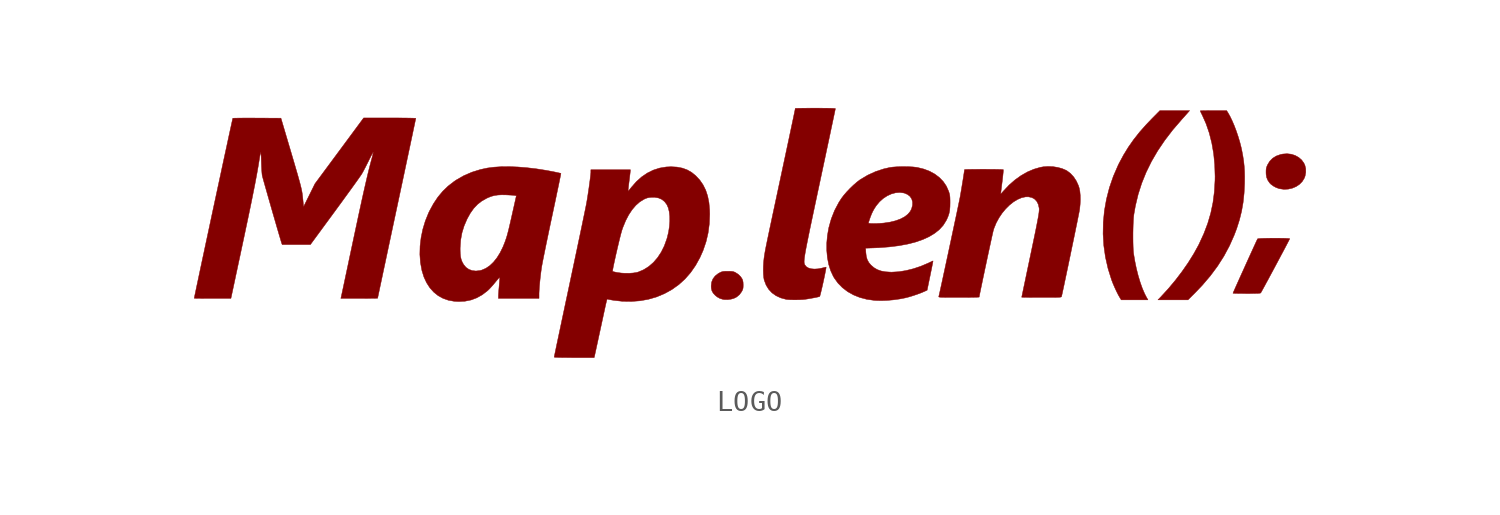
<source format=kicad_sym>
(kicad_symbol_lib
  (version 20210619)
  (generator bitmap2component)
  (symbol "LOGO"
    (pin_names
      (offset 1.016))
    (property "Reference" "#G"
      (at 0 5.368 0)
      (effects (font (size 1.27 1.27)) hide))
    (symbol "LOGO_0_0"
      (polyline (pts (xy -7.478 -5.95) (xy -7.473 -5.929) (xy -7.459 -5.865) (xy -7.437 -5.763) (xy -7.407 -5.626) (xy -7.371 -5.459) (xy -7.329 -5.267) (xy -7.283 -5.053) (xy -7.233 -4.822) (xy -7.18 -4.579) (xy -7.121 -4.306) (xy -7.067 -4.057) (xy -7.022 -3.847) (xy -6.984 -3.674) (xy -6.954 -3.533) (xy -6.929 -3.422) (xy -6.909 -3.337) (xy -6.894 -3.274) (xy -6.883 -3.231) (xy -6.874 -3.204) (xy -6.868 -3.189) (xy -6.863 -3.184) (xy -6.858 -3.185) (xy -6.853 -3.188) (xy -6.843 -3.191) (xy -6.794 -3.203) (xy -6.716 -3.219) (xy -6.62 -3.236) (xy -6.544 -3.248) (xy -6.122 -3.295) (xy -5.701 -3.301) (xy -5.289 -3.27) (xy -4.891 -3.2) (xy -4.516 -3.093) (xy -4.494 -3.086) (xy -4.107 -2.925) (xy -3.749 -2.727) (xy -3.419 -2.492) (xy -3.119 -2.22) (xy -2.849 -1.912) (xy -2.61 -1.568) (xy -2.4 -1.189) (xy -2.246 -0.84) (xy -2.106 -0.428) (xy -2.007 -0.005) (xy -1.949 0.435) (xy -1.93 0.897) (xy -1.935 1.102) (xy -1.966 1.452) (xy -2.028 1.768) (xy -2.122 2.054) (xy -2.249 2.311) (xy -2.409 2.543) (xy -2.604 2.752) (xy -2.799 2.91) (xy -3.012 3.032) (xy -3.245 3.117) (xy -3.502 3.167) (xy -3.79 3.183) (xy -4.024 3.172) (xy -4.342 3.119) (xy -4.646 3.021) (xy -4.935 2.878) (xy -5.208 2.692) (xy -5.464 2.462) (xy -5.703 2.189) (xy -5.72 2.168) (xy -5.776 2.097) (xy -5.821 2.041) (xy -5.845 2.013) (xy -5.851 2.007) (xy -5.857 2.008) (xy -5.859 2.024) (xy -5.858 2.059) (xy -5.852 2.12) (xy -5.842 2.211) (xy -5.827 2.338) (xy -5.806 2.507) (xy -5.793 2.611) (xy -5.779 2.733) (xy -5.766 2.839) (xy -5.758 2.913) (xy -5.746 3.037) (xy -7.651 3.037) (xy -7.651 2.929) (xy -7.652 2.889) (xy -7.661 2.799) (xy -7.675 2.675) (xy -7.694 2.524) (xy -7.717 2.353) (xy -7.742 2.17) (xy -7.77 1.982) (xy -7.798 1.796) (xy -7.826 1.619) (xy -7.853 1.46) (xy -7.855 1.448) (xy -7.869 1.375) (xy -7.892 1.26) (xy -7.923 1.105) (xy -7.963 0.913) (xy -8.01 0.687) (xy -8.063 0.429) (xy -8.123 0.143) (xy -8.188 -0.168) (xy -8.259 -0.502) (xy -8.333 -0.857) (xy -8.412 -1.228) (xy -8.493 -1.614) (xy -8.541 -1.839) (xy -6.607 -1.839) (xy -6.599 -1.784) (xy -6.583 -1.694) (xy -6.559 -1.572) (xy -6.528 -1.426) (xy -6.492 -1.261) (xy -6.453 -1.083) (xy -6.41 -0.897) (xy -6.367 -0.709) (xy -6.323 -0.525) (xy -6.281 -0.35) (xy -6.242 -0.191) (xy -6.206 -0.052) (xy -6.175 0.06) (xy -6.152 0.139) (xy -6.106 0.27) (xy -5.976 0.585) (xy -5.829 0.868) (xy -5.666 1.114) (xy -5.489 1.322) (xy -5.3 1.489) (xy -5.101 1.613) (xy -5.027 1.648) (xy -4.935 1.682) (xy -4.843 1.701) (xy -4.727 1.712) (xy -4.587 1.713) (xy -4.399 1.682) (xy -4.237 1.613) (xy -4.101 1.504) (xy -3.991 1.357) (xy -3.989 1.353) (xy -3.923 1.201) (xy -3.878 1.014) (xy -3.854 0.798) (xy -3.851 0.561) (xy -3.87 0.309) (xy -3.909 0.049) (xy -3.97 -0.212) (xy -3.996 -0.299) (xy -4.115 -0.628) (xy -4.263 -0.926) (xy -4.438 -1.192) (xy -4.638 -1.423) (xy -4.861 -1.617) (xy -5.104 -1.771) (xy -5.367 -1.884) (xy -5.457 -1.908) (xy -5.615 -1.932) (xy -5.797 -1.945) (xy -5.99 -1.946) (xy -6.182 -1.935) (xy -6.36 -1.911) (xy -6.422 -1.9) (xy -6.512 -1.881) (xy -6.577 -1.864) (xy -6.606 -1.853) (xy -6.607 -1.839) (xy -8.541 -1.839) (xy -8.578 -2.011) (xy -8.664 -2.418) (xy -8.697 -2.574) (xy -8.781 -2.97) (xy -8.863 -3.352) (xy -8.94 -3.718) (xy -9.014 -4.066) (xy -9.083 -4.393) (xy -9.147 -4.696) (xy -9.206 -4.974) (xy -9.259 -5.223) (xy -9.305 -5.441) (xy -9.343 -5.625) (xy -9.374 -5.774) (xy -9.397 -5.884) (xy -9.411 -5.953) (xy -9.416 -5.978) (xy -9.407 -5.983) (xy -9.358 -5.989) (xy -9.267 -5.994) (xy -9.131 -5.998) (xy -8.951 -6.001) (xy -8.725 -6.002) (xy -8.454 -6.003) (xy -7.491 -6.003) (xy -7.478 -5.95)) (stroke (width 0.01)) (fill (type outline)))
      (polyline (pts (xy -13.711 -3.29) (xy -13.418 -3.231) (xy -13.141 -3.127) (xy -12.877 -2.979) (xy -12.624 -2.785) (xy -12.614 -2.776) (xy -12.54 -2.704) (xy -12.449 -2.607) (xy -12.352 -2.498) (xy -12.261 -2.388) (xy -12.225 -2.344) (xy -12.152 -2.257) (xy -12.093 -2.187) (xy -12.052 -2.142) (xy -12.035 -2.128) (xy -12.034 -2.144) (xy -12.037 -2.201) (xy -12.043 -2.291) (xy -12.052 -2.405) (xy -12.063 -2.537) (xy -12.071 -2.63) (xy -12.083 -2.767) (xy -12.092 -2.889) (xy -12.098 -2.985) (xy -12.1 -3.046) (xy -12.1 -3.154) (xy -10.146 -3.154) (xy -10.146 -2.946) (xy -10.146 -2.908) (xy -10.139 -2.758) (xy -10.127 -2.573) (xy -10.108 -2.364) (xy -10.085 -2.14) (xy -10.057 -1.91) (xy -10.026 -1.683) (xy -10.016 -1.619) (xy -9.995 -1.508) (xy -9.967 -1.359) (xy -9.93 -1.175) (xy -9.887 -0.961) (xy -9.838 -0.72) (xy -9.784 -0.456) (xy -9.725 -0.173) (xy -9.663 0.125) (xy -9.598 0.434) (xy -9.531 0.749) (xy -9.524 0.781) (xy -9.459 1.087) (xy -9.397 1.379) (xy -9.339 1.654) (xy -9.286 1.91) (xy -9.237 2.142) (xy -9.194 2.347) (xy -9.158 2.523) (xy -9.129 2.665) (xy -9.108 2.771) (xy -9.096 2.838) (xy -9.092 2.862) (xy -9.098 2.865) (xy -9.141 2.876) (xy -9.218 2.893) (xy -9.321 2.916) (xy -9.441 2.941) (xy -9.798 3.008) (xy -10.264 3.081) (xy -10.719 3.135) (xy -11.156 3.171) (xy -11.572 3.188) (xy -11.96 3.185) (xy -12.317 3.162) (xy -12.636 3.12) (xy -12.962 3.05) (xy -13.374 2.922) (xy -13.762 2.755) (xy -14.124 2.548) (xy -14.231 2.476) (xy -14.521 2.252) (xy -14.78 2.002) (xy -15.014 1.721) (xy -15.226 1.404) (xy -15.42 1.048) (xy -15.465 0.953) (xy -15.619 0.571) (xy -15.739 0.174) (xy -15.823 -0.231) (xy -15.871 -0.637) (xy -15.875 -0.789) (xy -13.943 -0.789) (xy -13.942 -0.709) (xy -13.917 -0.344) (xy -13.855 0.000100) (xy -13.752 0.335) (xy -13.607 0.671) (xy -13.606 0.673) (xy -13.455 0.946) (xy -13.291 1.177) (xy -13.109 1.37) (xy -12.905 1.53) (xy -12.676 1.66) (xy -12.598 1.697) (xy -12.442 1.758) (xy -12.287 1.799) (xy -12.121 1.823) (xy -11.933 1.832) (xy -11.711 1.828) (xy -11.657 1.825) (xy -11.532 1.819) (xy -11.423 1.812) (xy -11.342 1.805) (xy -11.297 1.799) (xy -11.237 1.785) (xy -11.431 0.922) (xy -11.434 0.909) (xy -11.49 0.66) (xy -11.538 0.451) (xy -11.579 0.276) (xy -11.614 0.13) (xy -11.646 0.007) (xy -11.675 -0.099) (xy -11.702 -0.193) (xy -11.731 -0.282) (xy -11.761 -0.37) (xy -11.795 -0.464) (xy -11.879 -0.673) (xy -12.016 -0.952) (xy -12.169 -1.198) (xy -12.336 -1.407) (xy -12.514 -1.577) (xy -12.702 -1.705) (xy -12.897 -1.79) (xy -12.992 -1.815) (xy -13.183 -1.836) (xy -13.362 -1.816) (xy -13.523 -1.757) (xy -13.661 -1.661) (xy -13.773 -1.527) (xy -13.788 -1.503) (xy -13.85 -1.388) (xy -13.894 -1.27) (xy -13.923 -1.138) (xy -13.938 -0.981) (xy -13.943 -0.789) (xy -15.875 -0.789) (xy -15.881 -1.039) (xy -15.853 -1.429) (xy -15.785 -1.801) (xy -15.78 -1.822) (xy -15.684 -2.129) (xy -15.556 -2.404) (xy -15.399 -2.646) (xy -15.215 -2.851) (xy -15.004 -3.021) (xy -14.769 -3.151) (xy -14.51 -3.243) (xy -14.23 -3.293) (xy -14.021 -3.306) (xy -13.711 -3.29)) (stroke (width 0.01)) (fill (type outline)))
      (polyline (pts (xy 6.61 -3.251) (xy 6.914 -3.224) (xy 7.214 -3.182) (xy 7.498 -3.127) (xy 7.498 -3.126) (xy 7.662 -3.084) (xy 7.85 -3.027) (xy 8.044 -2.962) (xy 8.227 -2.894) (xy 8.381 -2.83) (xy 8.535 -2.761) (xy 8.68 -2.058) (xy 8.695 -1.984) (xy 8.73 -1.815) (xy 8.761 -1.664) (xy 8.786 -1.536) (xy 8.805 -1.437) (xy 8.817 -1.374) (xy 8.82 -1.35) (xy 8.819 -1.35) (xy 8.788 -1.362) (xy 8.729 -1.389) (xy 8.651 -1.426) (xy 8.586 -1.457) (xy 8.232 -1.607) (xy 7.872 -1.727) (xy 7.514 -1.816) (xy 7.167 -1.871) (xy 6.838 -1.89) (xy 6.768 -1.889) (xy 6.526 -1.873) (xy 6.317 -1.834) (xy 6.137 -1.769) (xy 5.979 -1.677) (xy 5.836 -1.555) (xy 5.834 -1.554) (xy 5.727 -1.426) (xy 5.653 -1.289) (xy 5.607 -1.13) (xy 5.585 -0.94) (xy 5.574 -0.737) (xy 6.006 -0.722) (xy 6.2 -0.714) (xy 6.706 -0.676) (xy 7.173 -0.618) (xy 7.6 -0.539) (xy 7.988 -0.439) (xy 8.335 -0.318) (xy 8.641 -0.177) (xy 8.906 -0.015) (xy 9.13 0.166) (xy 9.312 0.368) (xy 9.451 0.59) (xy 9.488 0.663) (xy 9.55 0.809) (xy 9.594 0.946) (xy 9.621 1.089) (xy 9.635 1.252) (xy 9.639 1.448) (xy 9.638 1.578) (xy 9.635 1.688) (xy 9.628 1.772) (xy 9.617 1.844) (xy 9.599 1.915) (xy 9.573 1.996) (xy 9.568 2.009) (xy 9.461 2.25) (xy 9.314 2.467) (xy 9.13 2.659) (xy 8.911 2.826) (xy 8.659 2.964) (xy 8.376 3.072) (xy 8.066 3.148) (xy 8.009 3.157) (xy 7.851 3.174) (xy 7.665 3.184) (xy 7.462 3.188) (xy 7.256 3.187) (xy 7.058 3.179) (xy 6.882 3.166) (xy 6.739 3.146) (xy 6.448 3.08) (xy 6.052 2.95) (xy 5.672 2.776) (xy 5.314 2.562) (xy 5.304 2.556) (xy 5.154 2.442) (xy 4.99 2.299) (xy 4.823 2.139) (xy 4.663 1.971) (xy 4.522 1.807) (xy 4.409 1.657) (xy 4.286 1.465) (xy 4.083 1.082) (xy 3.923 0.679) (xy 3.866 0.477) (xy 5.707 0.477) (xy 5.732 0.554) (xy 5.798 0.749) (xy 5.862 0.912) (xy 5.929 1.053) (xy 6.002 1.182) (xy 6.088 1.31) (xy 6.093 1.317) (xy 6.247 1.501) (xy 6.423 1.658) (xy 6.615 1.783) (xy 6.816 1.875) (xy 7.02 1.93) (xy 7.223 1.946) (xy 7.416 1.92) (xy 7.446 1.912) (xy 7.598 1.846) (xy 7.715 1.752) (xy 7.794 1.632) (xy 7.834 1.491) (xy 7.833 1.333) (xy 7.788 1.161) (xy 7.725 1.036) (xy 7.609 0.897) (xy 7.451 0.774) (xy 7.255 0.67) (xy 7.022 0.584) (xy 6.755 0.518) (xy 6.455 0.473) (xy 6.397 0.468) (xy 6.255 0.457) (xy 6.114 0.45) (xy 5.984 0.447) (xy 5.87 0.448) (xy 5.782 0.454) (xy 5.725 0.463) (xy 5.707 0.477) (xy 3.866 0.477) (xy 3.805 0.257) (xy 3.804 0.255) (xy 3.738 -0.118) (xy 3.704 -0.487) (xy 3.704 -0.848) (xy 3.735 -1.193) (xy 3.798 -1.519) (xy 3.892 -1.819) (xy 4.017 -2.089) (xy 4.068 -2.176) (xy 4.249 -2.425) (xy 4.465 -2.644) (xy 4.714 -2.832) (xy 4.993 -2.988) (xy 5.3 -3.111) (xy 5.633 -3.198) (xy 5.99 -3.249) (xy 6.052 -3.254) (xy 6.318 -3.261) (xy 6.61 -3.251)) (stroke (width 0.01)) (fill (type outline)))
      (polyline (pts (xy -1.047 -3.211) (xy -0.899 -3.19) (xy -0.768 -3.154) (xy -0.635 -3.087) (xy -0.496 -2.972) (xy -0.388 -2.821) (xy -0.387 -2.82) (xy -0.351 -2.748) (xy -0.33 -2.684) (xy -0.32 -2.61) (xy -0.318 -2.507) (xy -0.322 -2.394) (xy -0.337 -2.301) (xy -0.364 -2.225) (xy -0.439 -2.111) (xy -0.556 -1.995) (xy -0.695 -1.906) (xy -0.733 -1.888) (xy -0.791 -1.867) (xy -0.856 -1.855) (xy -0.941 -1.85) (xy -1.059 -1.848) (xy -1.158 -1.849) (xy -1.246 -1.853) (xy -1.313 -1.864) (xy -1.371 -1.882) (xy -1.436 -1.912) (xy -1.524 -1.961) (xy -1.669 -2.076) (xy -1.774 -2.215) (xy -1.838 -2.374) (xy -1.859 -2.554) (xy -1.854 -2.658) (xy -1.824 -2.789) (xy -1.762 -2.901) (xy -1.662 -3.009) (xy -1.567 -3.086) (xy -1.438 -3.157) (xy -1.285 -3.202) (xy -1.189 -3.213) (xy -1.047 -3.211)) (stroke (width 0.01)) (fill (type outline)))
      (polyline (pts (xy 2.394 -3.217) (xy 2.528 -3.211) (xy 2.637 -3.201) (xy 2.667 -3.197) (xy 2.782 -3.18) (xy 2.907 -3.159) (xy 3.034 -3.136) (xy 3.153 -3.114) (xy 3.253 -3.092) (xy 3.326 -3.075) (xy 3.363 -3.062) (xy 3.368 -3.054) (xy 3.383 -3.008) (xy 3.405 -2.926) (xy 3.432 -2.817) (xy 3.463 -2.685) (xy 3.497 -2.539) (xy 3.531 -2.385) (xy 3.565 -2.23) (xy 3.596 -2.08) (xy 3.624 -1.942) (xy 3.647 -1.824) (xy 3.664 -1.73) (xy 3.673 -1.67) (xy 3.672 -1.648) (xy 3.668 -1.648) (xy 3.629 -1.657) (xy 3.56 -1.673) (xy 3.472 -1.695) (xy 3.289 -1.731) (xy 3.11 -1.742) (xy 2.95 -1.728) (xy 2.817 -1.688) (xy 2.714 -1.624) (xy 2.647 -1.537) (xy 2.641 -1.524) (xy 2.631 -1.498) (xy 2.624 -1.47) (xy 2.618 -1.438) (xy 2.615 -1.398) (xy 2.616 -1.348) (xy 2.62 -1.288) (xy 2.628 -1.214) (xy 2.64 -1.123) (xy 2.657 -1.015) (xy 2.679 -0.887) (xy 2.707 -0.737) (xy 2.741 -0.562) (xy 2.781 -0.361) (xy 2.828 -0.131) (xy 2.881 0.13) (xy 2.943 0.424) (xy 3.012 0.753) (xy 3.09 1.12) (xy 3.176 1.526) (xy 3.271 1.974) (xy 3.376 2.466) (xy 3.401 2.584) (xy 3.485 2.978) (xy 3.566 3.359) (xy 3.644 3.724) (xy 3.717 4.071) (xy 3.787 4.397) (xy 3.851 4.699) (xy 3.909 4.976) (xy 3.962 5.225) (xy 4.008 5.443) (xy 4.047 5.627) (xy 4.078 5.775) (xy 4.101 5.885) (xy 4.115 5.954) (xy 4.12 5.979) (xy 4.113 5.983) (xy 4.064 5.989) (xy 3.97 5.994) (xy 3.831 5.998) (xy 3.648 6) (xy 3.422 6.002) (xy 3.155 6.003) (xy 3.061 6.003) (xy 2.86 6.002) (xy 2.675 6.001) (xy 2.513 5.999) (xy 2.379 5.997) (xy 2.277 5.994) (xy 2.212 5.992) (xy 2.189 5.988) (xy 2.189 5.987) (xy 2.183 5.953) (xy 2.167 5.873) (xy 2.141 5.749) (xy 2.106 5.581) (xy 2.062 5.371) (xy 2.008 5.118) (xy 1.946 4.824) (xy 1.875 4.489) (xy 1.795 4.114) (xy 1.707 3.701) (xy 1.61 3.248) (xy 1.547 2.951) (xy 1.445 2.474) (xy 1.352 2.04) (xy 1.268 1.645) (xy 1.192 1.289) (xy 1.123 0.969) (xy 1.062 0.682) (xy 1.008 0.427) (xy 0.96 0.202) (xy 0.918 0.003) (xy 0.882 -0.171) (xy 0.85 -0.322) (xy 0.823 -0.453) (xy 0.8 -0.566) (xy 0.78 -0.662) (xy 0.764 -0.745) (xy 0.75 -0.817) (xy 0.739 -0.878) (xy 0.729 -0.933) (xy 0.721 -0.983) (xy 0.713 -1.03) (xy 0.706 -1.077) (xy 0.699 -1.125) (xy 0.691 -1.177) (xy 0.683 -1.236) (xy 0.664 -1.423) (xy 0.653 -1.618) (xy 0.65 -1.81) (xy 0.655 -1.988) (xy 0.669 -2.142) (xy 0.69 -2.26) (xy 0.698 -2.286) (xy 0.786 -2.517) (xy 0.91 -2.718) (xy 1.068 -2.887) (xy 1.261 -3.024) (xy 1.486 -3.129) (xy 1.744 -3.199) (xy 1.748 -3.2) (xy 1.833 -3.21) (xy 1.953 -3.217) (xy 2.094 -3.221) (xy 2.245 -3.221) (xy 2.394 -3.217)) (stroke (width 0.01)) (fill (type outline)))
      (polyline (pts (xy 19.082 -3.078) (xy 19.002 -2.923) (xy 18.893 -2.668) (xy 18.79 -2.378) (xy 18.694 -2.059) (xy 18.608 -1.719) (xy 18.535 -1.364) (xy 18.474 -1) (xy 18.468 -0.95) (xy 18.457 -0.812) (xy 18.45 -0.642) (xy 18.445 -0.446) (xy 18.443 -0.234) (xy 18.443 -0.014) (xy 18.447 0.204) (xy 18.453 0.411) (xy 18.462 0.599) (xy 18.473 0.759) (xy 18.487 0.883) (xy 18.561 1.302) (xy 18.693 1.853) (xy 18.865 2.391) (xy 19.078 2.917) (xy 19.332 3.435) (xy 19.63 3.946) (xy 19.971 4.451) (xy 20.357 4.955) (xy 20.79 5.457) (xy 20.803 5.472) (xy 20.892 5.57) (xy 20.974 5.663) (xy 21.043 5.74) (xy 21.089 5.793) (xy 21.169 5.885) (xy 19.74 5.885) (xy 19.35 5.491) (xy 19.091 5.221) (xy 18.768 4.857) (xy 18.481 4.495) (xy 18.224 4.129) (xy 17.992 3.751) (xy 17.779 3.354) (xy 17.729 3.253) (xy 17.498 2.722) (xy 17.311 2.18) (xy 17.169 1.628) (xy 17.07 1.07) (xy 17.015 0.509) (xy 17.005 -0.054) (xy 17.04 -0.615) (xy 17.119 -1.171) (xy 17.244 -1.72) (xy 17.413 -2.26) (xy 17.481 -2.437) (xy 17.564 -2.629) (xy 17.651 -2.817) (xy 17.737 -2.987) (xy 17.817 -3.125) (xy 17.879 -3.225) (xy 18.521 -3.225) (xy 19.164 -3.225) (xy 19.082 -3.078)) (stroke (width 0.01)) (fill (type outline)))
      (polyline (pts (xy 21.44 -2.878) (xy 21.778 -2.524) (xy 22.168 -2.067) (xy 22.515 -1.6) (xy 22.821 -1.12) (xy 23.087 -0.624) (xy 23.316 -0.11) (xy 23.436 0.207) (xy 23.569 0.626) (xy 23.672 1.043) (xy 23.746 1.468) (xy 23.793 1.914) (xy 23.816 2.389) (xy 23.816 2.401) (xy 23.819 2.699) (xy 23.813 2.965) (xy 23.797 3.213) (xy 23.771 3.457) (xy 23.732 3.712) (xy 23.679 3.99) (xy 23.651 4.117) (xy 23.585 4.374) (xy 23.505 4.64) (xy 23.415 4.906) (xy 23.317 5.163) (xy 23.215 5.401) (xy 23.113 5.612) (xy 23.015 5.785) (xy 22.951 5.885) (xy 22.31 5.885) (xy 22.143 5.885) (xy 21.993 5.883) (xy 21.865 5.881) (xy 21.767 5.879) (xy 21.703 5.876) (xy 21.681 5.873) (xy 21.684 5.862) (xy 21.705 5.816) (xy 21.74 5.744) (xy 21.784 5.655) (xy 21.961 5.257) (xy 22.117 4.803) (xy 22.239 4.319) (xy 22.327 3.81) (xy 22.379 3.275) (xy 22.396 2.719) (xy 22.393 2.527) (xy 22.362 1.983) (xy 22.295 1.461) (xy 22.189 0.955) (xy 22.043 0.457) (xy 21.855 -0.039) (xy 21.624 -0.541) (xy 21.591 -0.607) (xy 21.363 -1.018) (xy 21.099 -1.441) (xy 20.802 -1.867) (xy 20.48 -2.288) (xy 20.136 -2.698) (xy 19.776 -3.09) (xy 19.646 -3.225) (xy 21.092 -3.225) (xy 21.44 -2.878)) (stroke (width 0.01)) (fill (type outline)))
      (polyline (pts (xy -24.965 -3.102) (xy -24.964 -3.097) (xy -24.954 -3.054) (xy -24.936 -2.969) (xy -24.91 -2.845) (xy -24.875 -2.684) (xy -24.834 -2.491) (xy -24.786 -2.267) (xy -24.733 -2.015) (xy -24.674 -1.74) (xy -24.611 -1.443) (xy -24.543 -1.128) (xy -24.473 -0.798) (xy -24.4 -0.455) (xy -24.333 -0.141) (xy -24.236 0.32) (xy -24.147 0.74) (xy -24.067 1.123) (xy -23.995 1.471) (xy -23.931 1.789) (xy -23.873 2.079) (xy -23.82 2.346) (xy -23.774 2.591) (xy -23.731 2.819) (xy -23.693 3.032) (xy -23.658 3.235) (xy -23.626 3.429) (xy -23.596 3.619) (xy -23.58 3.716) (xy -23.563 3.803) (xy -23.549 3.862) (xy -23.539 3.884) (xy -23.538 3.881) (xy -23.532 3.844) (xy -23.526 3.768) (xy -23.52 3.662) (xy -23.515 3.532) (xy -23.51 3.384) (xy -23.509 3.352) (xy -23.503 3.195) (xy -23.495 3.047) (xy -23.486 2.918) (xy -23.477 2.817) (xy -23.469 2.754) (xy -23.461 2.724) (xy -23.441 2.65) (xy -23.411 2.539) (xy -23.371 2.397) (xy -23.323 2.227) (xy -23.268 2.034) (xy -23.208 1.823) (xy -23.144 1.599) (xy -23.077 1.365) (xy -23.009 1.127) (xy -22.94 0.888) (xy -22.872 0.654) (xy -22.807 0.429) (xy -22.746 0.218) (xy -22.689 0.025) (xy -22.639 -0.146) (xy -22.596 -0.289) (xy -22.563 -0.401) (xy -22.54 -0.477) (xy -22.528 -0.512) (xy -22.506 -0.565) (xy -21.828 -0.565) (xy -21.151 -0.565) (xy -19.967 1.047) (xy -19.861 1.192) (xy -19.681 1.437) (xy -19.51 1.673) (xy -19.348 1.896) (xy -19.197 2.103) (xy -19.061 2.292) (xy -18.942 2.458) (xy -18.841 2.6) (xy -18.762 2.713) (xy -18.705 2.795) (xy -18.675 2.842) (xy -18.631 2.919) (xy -18.571 3.031) (xy -18.501 3.164) (xy -18.428 3.309) (xy -18.355 3.454) (xy -18.34 3.485) (xy -18.277 3.612) (xy -18.221 3.722) (xy -18.175 3.808) (xy -18.142 3.864) (xy -18.127 3.884) (xy -18.126 3.884) (xy -18.127 3.856) (xy -18.139 3.794) (xy -18.161 3.704) (xy -18.189 3.596) (xy -18.214 3.506) (xy -18.259 3.338) (xy -18.305 3.157) (xy -18.355 2.96) (xy -18.407 2.744) (xy -18.462 2.508) (xy -18.522 2.247) (xy -18.587 1.96) (xy -18.658 1.643) (xy -18.734 1.293) (xy -18.818 0.909) (xy -18.908 0.486) (xy -19.007 0.024) (xy -19.115 -0.483) (xy -19.132 -0.564) (xy -19.204 -0.902) (xy -19.273 -1.227) (xy -19.338 -1.536) (xy -19.4 -1.827) (xy -19.457 -2.095) (xy -19.508 -2.338) (xy -19.554 -2.553) (xy -19.593 -2.736) (xy -19.625 -2.886) (xy -19.649 -2.999) (xy -19.665 -3.072) (xy -19.672 -3.102) (xy -19.685 -3.154) (xy -18.774 -3.154) (xy -18.577 -3.154) (xy -18.396 -3.153) (xy -18.236 -3.152) (xy -18.103 -3.151) (xy -18.001 -3.149) (xy -17.937 -3.147) (xy -17.914 -3.144) (xy -17.91 -3.125) (xy -17.897 -3.062) (xy -17.875 -2.957) (xy -17.844 -2.813) (xy -17.806 -2.631) (xy -17.76 -2.415) (xy -17.707 -2.166) (xy -17.648 -1.886) (xy -17.582 -1.578) (xy -17.511 -1.244) (xy -17.435 -0.886) (xy -17.355 -0.507) (xy -17.27 -0.109) (xy -17.182 0.306) (xy -17.09 0.736) (xy -16.996 1.178) (xy -16.912 1.573) (xy -16.82 2.004) (xy -16.731 2.421) (xy -16.646 2.822) (xy -16.565 3.204) (xy -16.489 3.564) (xy -16.417 3.902) (xy -16.351 4.213) (xy -16.291 4.497) (xy -16.237 4.75) (xy -16.191 4.971) (xy -16.151 5.158) (xy -16.12 5.307) (xy -16.097 5.417) (xy -16.083 5.486) (xy -16.078 5.511) (xy -16.079 5.512) (xy -16.111 5.516) (xy -16.185 5.52) (xy -16.299 5.523) (xy -16.449 5.526) (xy -16.631 5.529) (xy -16.841 5.53) (xy -17.076 5.532) (xy -17.332 5.532) (xy -18.587 5.532) (xy -19.758 3.949) (xy -20.93 2.366) (xy -21.478 1.259) (xy -21.507 1.565) (xy -21.508 1.578) (xy -21.517 1.666) (xy -21.525 1.747) (xy -21.534 1.823) (xy -21.544 1.899) (xy -21.557 1.977) (xy -21.573 2.06) (xy -21.593 2.153) (xy -21.619 2.258) (xy -21.649 2.378) (xy -21.687 2.517) (xy -21.732 2.679) (xy -21.785 2.866) (xy -21.848 3.081) (xy -21.92 3.329) (xy -22.003 3.611) (xy -22.098 3.933) (xy -22.206 4.296) (xy -22.568 5.52) (xy -23.718 5.526) (xy -23.742 5.526) (xy -23.97 5.527) (xy -24.182 5.527) (xy -24.375 5.527) (xy -24.543 5.525) (xy -24.683 5.523) (xy -24.79 5.521) (xy -24.859 5.518) (xy -24.886 5.514) (xy -24.887 5.509) (xy -24.897 5.466) (xy -24.916 5.38) (xy -24.944 5.256) (xy -24.979 5.094) (xy -25.022 4.899) (xy -25.071 4.673) (xy -25.126 4.418) (xy -25.186 4.138) (xy -25.252 3.835) (xy -25.322 3.512) (xy -25.395 3.171) (xy -25.471 2.816) (xy -25.55 2.449) (xy -25.631 2.073) (xy -25.713 1.691) (xy -25.796 1.305) (xy -25.879 0.918) (xy -25.961 0.533) (xy -26.042 0.153) (xy -26.122 -0.22) (xy -26.2 -0.583) (xy -26.274 -0.933) (xy -26.346 -1.267) (xy -26.413 -1.583) (xy -26.476 -1.878) (xy -26.533 -2.149) (xy -26.585 -2.393) (xy -26.631 -2.608) (xy -26.669 -2.791) (xy -26.7 -2.939) (xy -26.723 -3.049) (xy -26.737 -3.119) (xy -26.742 -3.146) (xy -26.741 -3.146) (xy -26.714 -3.148) (xy -26.645 -3.15) (xy -26.54 -3.151) (xy -26.403 -3.153) (xy -26.241 -3.154) (xy -26.058 -3.154) (xy -25.859 -3.154) (xy -24.977 -3.154) (xy -24.965 -3.102)) (stroke (width 0.01)) (fill (type outline)))
      (polyline (pts (xy 14.096 -3.107) (xy 14.324 -3.107) (xy 14.509 -3.107) (xy 14.658 -3.106) (xy 14.773 -3.104) (xy 14.858 -3.101) (xy 14.92 -3.097) (xy 14.961 -3.092) (xy 14.986 -3.085) (xy 14.999 -3.076) (xy 15.004 -3.066) (xy 15.011 -3.041) (xy 15.027 -2.97) (xy 15.051 -2.861) (xy 15.082 -2.716) (xy 15.12 -2.541) (xy 15.162 -2.339) (xy 15.209 -2.116) (xy 15.26 -1.874) (xy 15.314 -1.618) (xy 15.369 -1.353) (xy 15.426 -1.081) (xy 15.482 -0.809) (xy 15.538 -0.539) (xy 15.593 -0.276) (xy 15.645 -0.024) (xy 15.693 0.212) (xy 15.738 0.43) (xy 15.777 0.624) (xy 15.81 0.79) (xy 15.837 0.924) (xy 15.856 1.022) (xy 15.867 1.08) (xy 15.88 1.169) (xy 15.901 1.385) (xy 15.909 1.603) (xy 15.905 1.812) (xy 15.887 2) (xy 15.857 2.154) (xy 15.816 2.282) (xy 15.716 2.499) (xy 15.588 2.695) (xy 15.436 2.86) (xy 15.266 2.988) (xy 15.226 3.011) (xy 15.038 3.092) (xy 14.822 3.151) (xy 14.59 3.187) (xy 14.354 3.197) (xy 14.126 3.18) (xy 13.982 3.154) (xy 13.672 3.064) (xy 13.362 2.932) (xy 13.058 2.759) (xy 12.762 2.547) (xy 12.479 2.3) (xy 12.214 2.018) (xy 12.182 1.982) (xy 12.128 1.922) (xy 12.091 1.885) (xy 12.077 1.877) (xy 12.078 1.891) (xy 12.084 1.946) (xy 12.095 2.037) (xy 12.11 2.157) (xy 12.127 2.3) (xy 12.147 2.457) (xy 12.16 2.566) (xy 12.177 2.714) (xy 12.19 2.842) (xy 12.2 2.944) (xy 12.204 3.012) (xy 12.204 3.04) (xy 12.199 3.042) (xy 12.158 3.046) (xy 12.079 3.05) (xy 11.967 3.053) (xy 11.829 3.056) (xy 11.672 3.058) (xy 11.5 3.059) (xy 11.32 3.06) (xy 11.139 3.06) (xy 10.962 3.059) (xy 10.796 3.058) (xy 10.646 3.056) (xy 10.519 3.054) (xy 10.42 3.051) (xy 10.357 3.047) (xy 10.334 3.043) (xy 10.333 3.026) (xy 10.325 2.965) (xy 10.31 2.869) (xy 10.291 2.745) (xy 10.269 2.602) (xy 10.244 2.446) (xy 10.217 2.284) (xy 10.191 2.124) (xy 10.165 1.973) (xy 10.142 1.838) (xy 10.122 1.727) (xy 10.118 1.705) (xy 10.102 1.623) (xy 10.077 1.503) (xy 10.045 1.348) (xy 10.006 1.163) (xy 9.962 0.951) (xy 9.912 0.716) (xy 9.858 0.463) (xy 9.801 0.194) (xy 9.741 -0.087) (xy 9.68 -0.375) (xy 9.617 -0.667) (xy 9.555 -0.959) (xy 9.493 -1.246) (xy 9.433 -1.526) (xy 9.375 -1.795) (xy 9.32 -2.048) (xy 9.27 -2.282) (xy 9.224 -2.493) (xy 9.184 -2.676) (xy 9.15 -2.829) (xy 9.123 -2.948) (xy 9.105 -3.028) (xy 9.096 -3.066) (xy 9.095 -3.071) (xy 9.097 -3.081) (xy 9.11 -3.088) (xy 9.136 -3.094) (xy 9.181 -3.099) (xy 9.248 -3.102) (xy 9.341 -3.104) (xy 9.465 -3.106) (xy 9.624 -3.107) (xy 9.822 -3.107) (xy 10.062 -3.107) (xy 10.166 -3.107) (xy 10.369 -3.107) (xy 10.554 -3.105) (xy 10.716 -3.103) (xy 10.851 -3.1) (xy 10.953 -3.097) (xy 11.018 -3.093) (xy 11.04 -3.09) (xy 11.043 -3.073) (xy 11.054 -3.014) (xy 11.073 -2.916) (xy 11.1 -2.785) (xy 11.133 -2.624) (xy 11.172 -2.439) (xy 11.214 -2.235) (xy 11.261 -2.015) (xy 11.309 -1.785) (xy 11.36 -1.548) (xy 11.41 -1.31) (xy 11.46 -1.076) (xy 11.509 -0.849) (xy 11.555 -0.635) (xy 11.598 -0.438) (xy 11.636 -0.263) (xy 11.669 -0.114) (xy 11.696 0.004) (xy 11.715 0.087) (xy 11.726 0.129) (xy 11.756 0.223) (xy 11.859 0.475) (xy 11.989 0.716) (xy 12.14 0.942) (xy 12.31 1.148) (xy 12.493 1.331) (xy 12.686 1.486) (xy 12.883 1.607) (xy 13.081 1.691) (xy 13.275 1.734) (xy 13.42 1.735) (xy 13.577 1.7) (xy 13.709 1.627) (xy 13.813 1.517) (xy 13.886 1.373) (xy 13.926 1.199) (xy 13.928 1.184) (xy 13.93 1.146) (xy 13.93 1.103) (xy 13.926 1.051) (xy 13.92 0.987) (xy 13.909 0.908) (xy 13.894 0.813) (xy 13.873 0.697) (xy 13.847 0.558) (xy 13.815 0.393) (xy 13.777 0.2) (xy 13.731 -0.026) (xy 13.677 -0.286) (xy 13.615 -0.583) (xy 13.544 -0.921) (xy 13.464 -1.302) (xy 13.451 -1.365) (xy 13.392 -1.644) (xy 13.336 -1.91) (xy 13.284 -2.158) (xy 13.237 -2.384) (xy 13.194 -2.586) (xy 13.158 -2.759) (xy 13.129 -2.9) (xy 13.107 -3.006) (xy 13.093 -3.072) (xy 13.088 -3.097) (xy 13.092 -3.098) (xy 13.132 -3.1) (xy 13.211 -3.102) (xy 13.327 -3.104) (xy 13.472 -3.105) (xy 13.643 -3.106) (xy 13.834 -3.107) (xy 14.04 -3.107) (xy 14.096 -3.107)) (stroke (width 0.01)) (fill (type outline)))
      (polyline (pts (xy 24.023 -2.919) (xy 24.208 -2.918) (xy 24.351 -2.915) (xy 24.457 -2.912) (xy 24.53 -2.906) (xy 24.575 -2.899) (xy 24.594 -2.89) (xy 24.594 -2.889) (xy 24.612 -2.859) (xy 24.649 -2.793) (xy 24.703 -2.695) (xy 24.772 -2.569) (xy 24.853 -2.419) (xy 24.945 -2.251) (xy 25.043 -2.067) (xy 25.148 -1.873) (xy 25.255 -1.673) (xy 25.363 -1.471) (xy 25.47 -1.271) (xy 25.572 -1.078) (xy 25.669 -0.897) (xy 25.757 -0.731) (xy 25.834 -0.584) (xy 25.898 -0.462) (xy 25.947 -0.368) (xy 25.978 -0.307) (xy 25.989 -0.283) (xy 25.97 -0.276) (xy 25.91 -0.27) (xy 25.817 -0.265) (xy 25.696 -0.261) (xy 25.553 -0.259) (xy 25.397 -0.257) (xy 25.233 -0.257) (xy 25.069 -0.258) (xy 24.91 -0.261) (xy 24.765 -0.264) (xy 24.638 -0.268) (xy 24.538 -0.274) (xy 24.47 -0.281) (xy 24.442 -0.288) (xy 24.432 -0.308) (xy 24.404 -0.366) (xy 24.36 -0.459) (xy 24.304 -0.582) (xy 24.236 -0.73) (xy 24.159 -0.898) (xy 24.075 -1.083) (xy 23.986 -1.279) (xy 23.894 -1.482) (xy 23.801 -1.688) (xy 23.709 -1.891) (xy 23.62 -2.088) (xy 23.536 -2.274) (xy 23.46 -2.445) (xy 23.392 -2.595) (xy 23.337 -2.721) (xy 23.294 -2.817) (xy 23.267 -2.88) (xy 23.258 -2.904) (xy 23.258 -2.905) (xy 23.287 -2.908) (xy 23.355 -2.912) (xy 23.459 -2.915) (xy 23.59 -2.917) (xy 23.744 -2.918) (xy 23.914 -2.919) (xy 24.023 -2.919)) (stroke (width 0.01)) (fill (type outline)))
      (polyline (pts (xy 25.915 2.106) (xy 26.113 2.151) (xy 26.296 2.228) (xy 26.458 2.336) (xy 26.591 2.471) (xy 26.689 2.631) (xy 26.729 2.738) (xy 26.761 2.914) (xy 26.758 3.091) (xy 26.719 3.254) (xy 26.669 3.361) (xy 26.56 3.511) (xy 26.418 3.633) (xy 26.251 3.726) (xy 26.064 3.786) (xy 25.862 3.809) (xy 25.653 3.794) (xy 25.541 3.77) (xy 25.337 3.697) (xy 25.166 3.59) (xy 25.028 3.45) (xy 24.922 3.276) (xy 24.919 3.27) (xy 24.883 3.184) (xy 24.861 3.11) (xy 24.851 3.028) (xy 24.849 2.919) (xy 24.852 2.821) (xy 24.877 2.67) (xy 24.932 2.537) (xy 25.021 2.405) (xy 25.083 2.341) (xy 25.198 2.256) (xy 25.332 2.183) (xy 25.471 2.133) (xy 25.501 2.125) (xy 25.709 2.096) (xy 25.915 2.106)) (stroke (width 0.01)) (fill (type outline))))))
</source>
